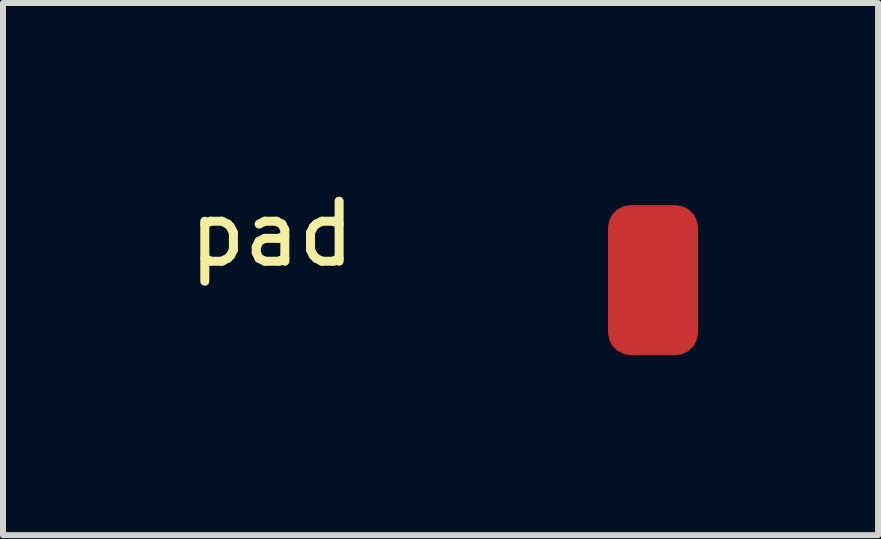
<source format=kicad_pcb>
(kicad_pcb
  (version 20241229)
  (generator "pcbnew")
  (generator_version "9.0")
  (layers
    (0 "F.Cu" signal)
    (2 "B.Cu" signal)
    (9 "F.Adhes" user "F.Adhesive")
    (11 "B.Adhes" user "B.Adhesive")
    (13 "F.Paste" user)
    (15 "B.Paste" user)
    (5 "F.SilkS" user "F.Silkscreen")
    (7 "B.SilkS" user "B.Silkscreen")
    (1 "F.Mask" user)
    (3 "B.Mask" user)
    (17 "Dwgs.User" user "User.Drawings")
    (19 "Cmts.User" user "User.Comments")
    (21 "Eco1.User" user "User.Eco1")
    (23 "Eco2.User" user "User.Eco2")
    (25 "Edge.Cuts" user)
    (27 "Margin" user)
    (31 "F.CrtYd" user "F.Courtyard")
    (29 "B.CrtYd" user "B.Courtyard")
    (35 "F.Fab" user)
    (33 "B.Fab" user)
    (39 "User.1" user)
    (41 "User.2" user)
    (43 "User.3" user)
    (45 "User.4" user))
  (footprint "pad"
    (layer "F.Cu")
    (at 7.832 1.618)
    (property "Reference" "pad" (at -6.35 -0.77 0) (layer "F.SilkS") (effects (font (size 1 1) (thickness 0.15))))
    (attr through_hole)
    (pad "1" smd roundrect (at 0 0) (size 1.5 2.5) (layers "F.Cu" "F.Mask" "F.Paste") (roundrect_rratio 0.25)))
  (gr_rect
    (start -3 -3)
    (end 11.582 5.868)
    (stroke (width 0.1) (type default))
    (fill no)
    (layer "Edge.Cuts")))
</source>
